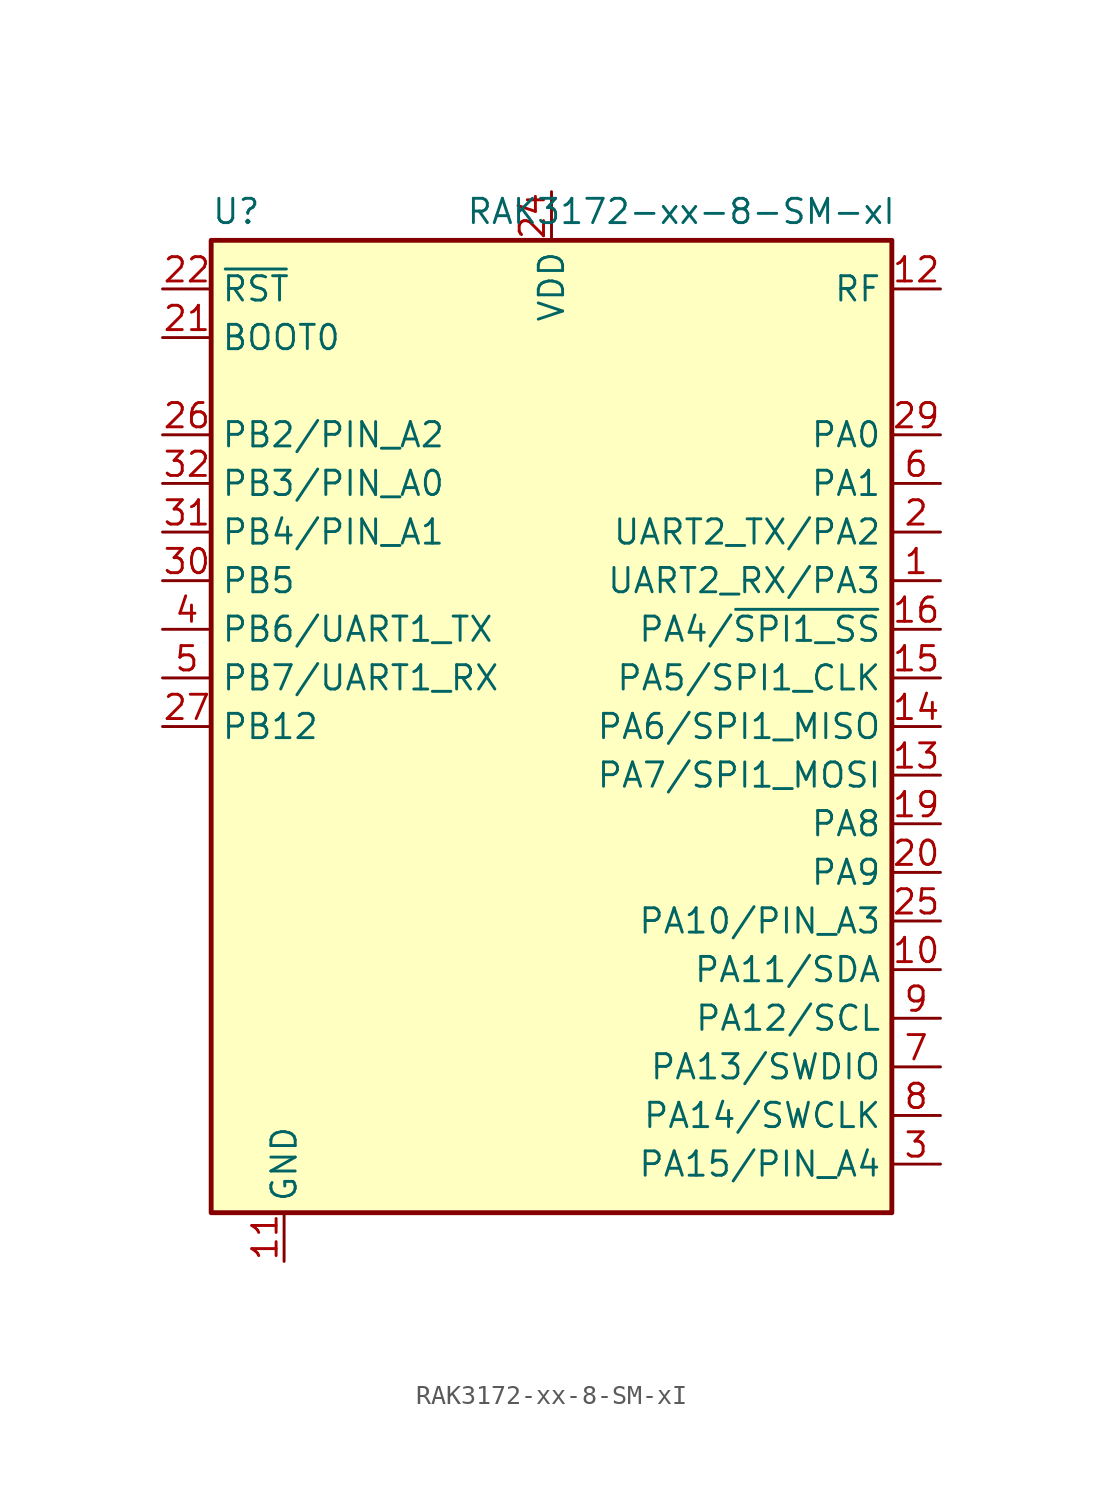
<source format=kicad_sym>
(kicad_symbol_lib
  (version 20241209)
  (generator "kicad_symbol_editor")
  (generator_version "9.0")
  (symbol "RAK3172-xx-8-SM-xI"
    (property "Reference" "U"
      (at -17.78 26.162 0)
      (effects (font (size 1.27 1.27)) (justify left bottom)))
    (property "Value" "RAK3172-xx-8-SM-xI"
      (at 18.034 26.162 0)
      (effects (font (size 1.27 1.27)) (justify right bottom)))
    (symbol "RAK3172-xx-8-SM-xI_0_0"
      (pin input line (at -20.32 20.32 0) (length 2.54) (name "BOOT0" (effects (font (size 1.27 1.27)))) (number "21" (effects (font (size 1.27 1.27)))))
      (pin bidirectional line (at -20.32 7.62 0) (length 2.54) (name "PB5" (effects (font (size 1.27 1.27)))) (number "30" (effects (font (size 1.27 1.27)))))
      (pin bidirectional line (at -20.32 0 0) (length 2.54) (name "PB12" (effects (font (size 1.27 1.27)))) (number "27" (effects (font (size 1.27 1.27)))))
      (pin bidirectional line (at 20.32 15.24 180) (length 2.54) (name "PA0" (effects (font (size 1.27 1.27)))) (number "29" (effects (font (size 1.27 1.27)))))
      (pin bidirectional line (at 20.32 12.7 180) (length 2.54) (name "PA1" (effects (font (size 1.27 1.27)))) (number "6" (effects (font (size 1.27 1.27)))))
      (pin bidirectional line (at 20.32 10.16 180) (length 2.54) (name "UART2_TX/PA2" (effects (font (size 1.27 1.27)))) (number "2" (effects (font (size 1.27 1.27)))))
      (pin bidirectional line (at 20.32 7.62 180) (length 2.54) (name "UART2_RX/PA3" (effects (font (size 1.27 1.27)))) (number "1" (effects (font (size 1.27 1.27)))))
      (pin bidirectional line (at 20.32 -5.08 180) (length 2.54) (name "PA8" (effects (font (size 1.27 1.27)))) (number "19" (effects (font (size 1.27 1.27)))))
      (pin bidirectional line (at 20.32 -7.62 180) (length 2.54) (name "PA9" (effects (font (size 1.27 1.27)))) (number "20" (effects (font (size 1.27 1.27))))))
    (symbol "RAK3172-xx-8-SM-xI_1_0"
      (rectangle (start -17.78 25.4) (end 17.78 -25.4) (stroke (width 0.254) (type default)) (fill (type background)))
      (pin passive line (at -20.32 22.86 0) (length 2.54) (name "~{RST}" (effects (font (size 1.27 1.27)))) (number "22" (effects (font (size 1.27 1.27)))))
      (pin bidirectional line (at -20.32 15.24 0) (length 2.54) (name "PB2/PIN_A2" (effects (font (size 1.27 1.27)))) (number "26" (effects (font (size 1.27 1.27)))))
      (pin bidirectional line (at -20.32 12.7 0) (length 2.54) (name "PB3/PIN_A0" (effects (font (size 1.27 1.27)))) (number "32" (effects (font (size 1.27 1.27)))))
      (pin bidirectional line (at -20.32 10.16 0) (length 2.54) (name "PB4/PIN_A1" (effects (font (size 1.27 1.27)))) (number "31" (effects (font (size 1.27 1.27)))))
      (pin bidirectional line (at -20.32 5.08 0) (length 2.54) (name "PB6/UART1_TX" (effects (font (size 1.27 1.27)))) (number "4" (effects (font (size 1.27 1.27)))))
      (pin bidirectional line (at -20.32 2.54 0) (length 2.54) (name "PB7/UART1_RX" (effects (font (size 1.27 1.27)))) (number "5" (effects (font (size 1.27 1.27)))))
      (pin power_in line (at -13.97 -27.94 90) (length 2.54) (name "GND" (effects (font (size 1.27 1.27)))) (number "11" (effects (font (size 1.27 1.27)))))
      (pin passive line (at -11.43 -27.94 90) (length 2.54) (hide yes) (name "GND" (effects (font (size 1.27 1.27)))) (number "17" (effects (font (size 1.27 1.27)))))
      (pin passive line (at -8.89 -27.94 90) (length 2.54) (hide yes) (name "GND" (effects (font (size 1.27 1.27)))) (number "18" (effects (font (size 1.27 1.27)))))
      (pin passive line (at -6.35 -27.94 90) (length 2.54) (hide yes) (name "GND" (effects (font (size 1.27 1.27)))) (number "23" (effects (font (size 1.27 1.27)))))
      (pin passive line (at -3.81 -27.94 90) (length 2.54) (hide yes) (name "GND" (effects (font (size 1.27 1.27)))) (number "28" (effects (font (size 1.27 1.27)))))
      (pin power_in line (at 0 27.94 270) (length 2.54) (name "VDD" (effects (font (size 1.27 1.27)))) (number "24" (effects (font (size 1.27 1.27)))))
      (pin passive line (at 20.32 22.86 180) (length 2.54) (name "RF" (effects (font (size 1.27 1.27)))) (number "12" (effects (font (size 1.27 1.27)))))
      (pin bidirectional line (at 20.32 5.08 180) (length 2.54) (name "PA4/~{SPI1_SS}" (effects (font (size 1.27 1.27)))) (number "16" (effects (font (size 1.27 1.27)))))
      (pin bidirectional line (at 20.32 2.54 180) (length 2.54) (name "PA5/SPI1_CLK" (effects (font (size 1.27 1.27)))) (number "15" (effects (font (size 1.27 1.27)))))
      (pin bidirectional line (at 20.32 0 180) (length 2.54) (name "PA6/SPI1_MISO" (effects (font (size 1.27 1.27)))) (number "14" (effects (font (size 1.27 1.27)))))
      (pin bidirectional line (at 20.32 -2.54 180) (length 2.54) (name "PA7/SPI1_MOSI" (effects (font (size 1.27 1.27)))) (number "13" (effects (font (size 1.27 1.27)))))
      (pin bidirectional line (at 20.32 -10.16 180) (length 2.54) (name "PA10/PIN_A3" (effects (font (size 1.27 1.27)))) (number "25" (effects (font (size 1.27 1.27)))))
      (pin bidirectional line (at 20.32 -12.7 180) (length 2.54) (name "PA11/SDA" (effects (font (size 1.27 1.27)))) (number "10" (effects (font (size 1.27 1.27)))))
      (pin bidirectional line (at 20.32 -15.24 180) (length 2.54) (name "PA12/SCL" (effects (font (size 1.27 1.27)))) (number "9" (effects (font (size 1.27 1.27)))))
      (pin bidirectional line (at 20.32 -17.78 180) (length 2.54) (name "PA13/SWDIO" (effects (font (size 1.27 1.27)))) (number "7" (effects (font (size 1.27 1.27)))))
      (pin bidirectional line (at 20.32 -20.32 180) (length 2.54) (name "PA14/SWCLK" (effects (font (size 1.27 1.27)))) (number "8" (effects (font (size 1.27 1.27)))))
      (pin bidirectional line (at 20.32 -22.86 180) (length 2.54) (name "PA15/PIN_A4" (effects (font (size 1.27 1.27)))) (number "3" (effects (font (size 1.27 1.27))))))))
</source>
